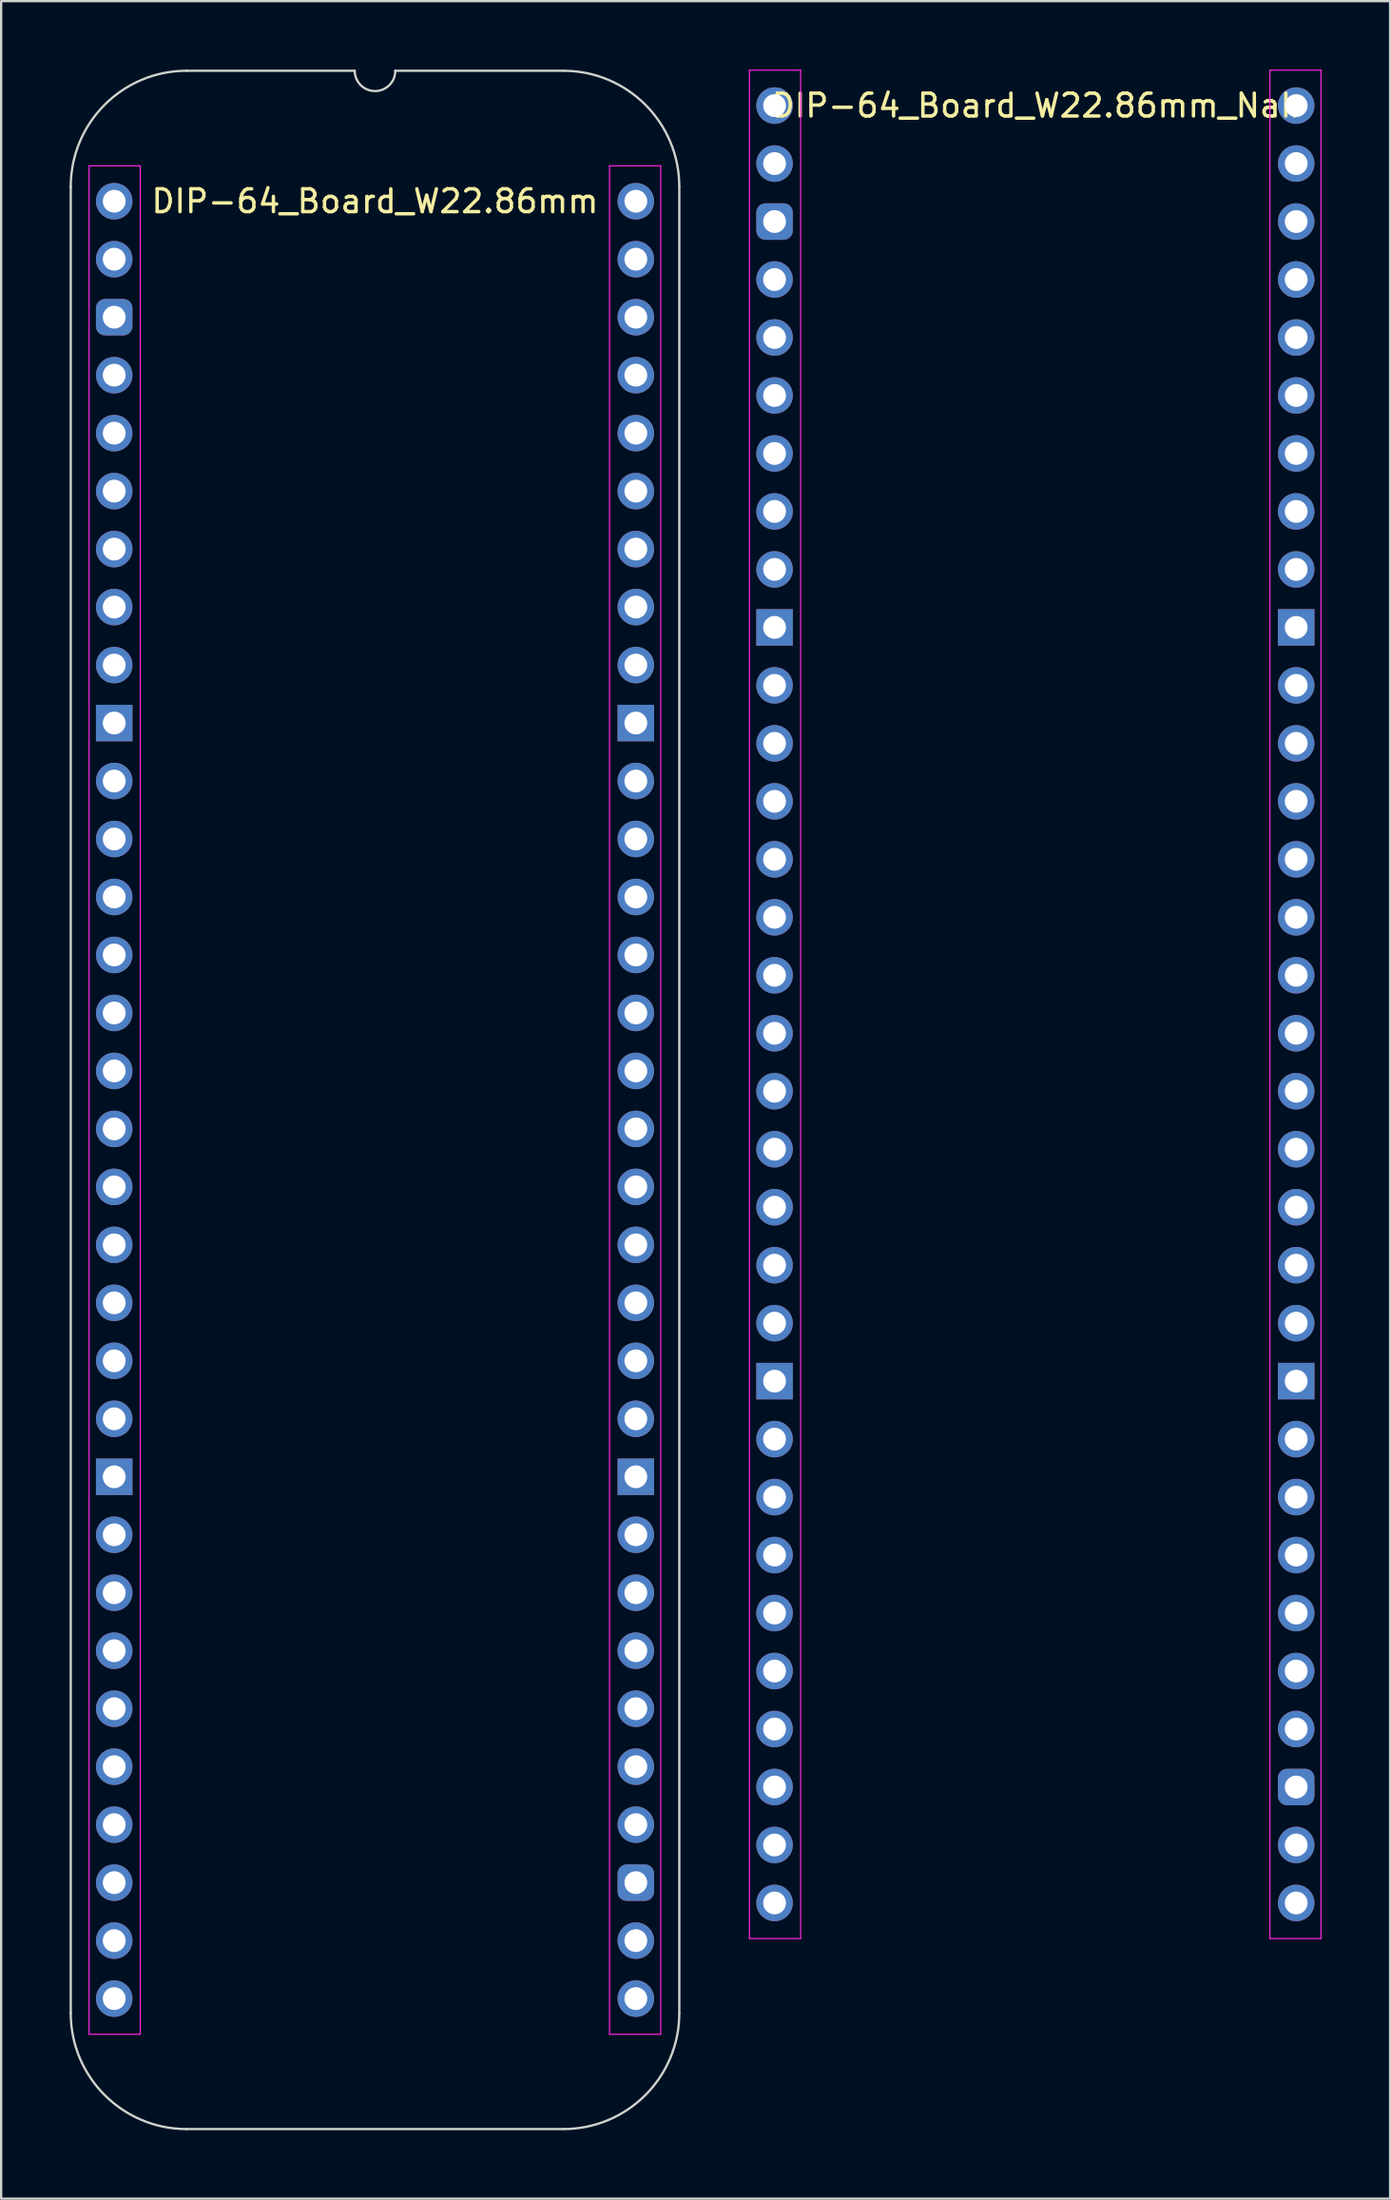
<source format=kicad_pcb>
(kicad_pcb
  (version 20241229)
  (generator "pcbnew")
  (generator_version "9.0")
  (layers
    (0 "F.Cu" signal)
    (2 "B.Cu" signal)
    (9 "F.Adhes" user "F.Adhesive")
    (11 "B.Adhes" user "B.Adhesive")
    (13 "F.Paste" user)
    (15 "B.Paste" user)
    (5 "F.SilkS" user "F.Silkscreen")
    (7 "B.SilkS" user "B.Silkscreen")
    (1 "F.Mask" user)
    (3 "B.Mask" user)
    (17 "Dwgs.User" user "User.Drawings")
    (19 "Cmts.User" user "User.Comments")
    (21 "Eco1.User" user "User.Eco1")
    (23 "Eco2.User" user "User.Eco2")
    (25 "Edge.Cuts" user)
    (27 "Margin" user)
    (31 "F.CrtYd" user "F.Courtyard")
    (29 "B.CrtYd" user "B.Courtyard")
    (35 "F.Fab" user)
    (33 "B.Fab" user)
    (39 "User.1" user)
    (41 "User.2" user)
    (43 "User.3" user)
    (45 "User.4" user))
  (footprint "DIP-64_Board_W22.86mm"
    (layer "F.Cu")
    (at 1.955 5.765)
    (property "Reference" "DIP-64_Board_W22.86mm" (at 11.43 0 0) (layer "F.SilkS") (effects (font (size 1 1) (thickness 0.15))))
    (attr through_hole)
    (fp_line (start -1.905 -0.635) (end -1.905 79.375) (stroke (width 0.1) (type solid)) (layer "Edge.Cuts"))
    (fp_line (start 10.541 -5.715) (end 3.175 -5.715) (stroke (width 0.1) (type solid)) (layer "Edge.Cuts"))
    (fp_line (start 19.685 -5.715) (end 12.319 -5.715) (stroke (width 0.1) (type solid)) (layer "Edge.Cuts"))
    (fp_line (start 19.685 84.455) (end 3.175 84.455) (stroke (width 0.1) (type solid)) (layer "Edge.Cuts"))
    (fp_line (start 24.765 79.375) (end 24.765 -0.635) (stroke (width 0.1) (type solid)) (layer "Edge.Cuts"))
    (fp_arc (start -1.905 -0.635) (mid -0.417102 -4.227102) (end 3.175 -5.715) (stroke (width 0.1) (type solid)) (layer "Edge.Cuts"))
    (fp_arc (start 3.175 84.455) (mid -0.417102 82.967102) (end -1.905 79.375) (stroke (width 0.1) (type solid)) (layer "Edge.Cuts"))
    (fp_arc (start 12.319 -5.715) (mid 11.43 -4.826) (end 10.541 -5.715) (stroke (width 0.1) (type default)) (layer "Edge.Cuts"))
    (fp_arc (start 19.685 -5.715) (mid 23.277102 -4.227102) (end 24.765 -0.635) (stroke (width 0.1) (type solid)) (layer "Edge.Cuts"))
    (fp_arc (start 24.765 79.375) (mid 23.277102 82.967102) (end 19.685 84.455) (stroke (width 0.1) (type solid)) (layer "Edge.Cuts"))
    (fp_line (start -1.1 -1.55) (end -1.1 80.3) (stroke (width 0.05) (type solid)) (layer "F.CrtYd"))
    (fp_line (start -1.1 80.3) (end 1.143 80.3) (stroke (width 0.05) (type solid)) (layer "F.CrtYd"))
    (fp_line (start 1.143 -1.55) (end -1.1 -1.55) (stroke (width 0.05) (type solid)) (layer "F.CrtYd"))
    (fp_line (start 1.143 80.3) (end 1.143 -1.55) (stroke (width 0.05) (type solid)) (layer "F.CrtYd"))
    (fp_line (start 21.707 -1.55) (end 21.707 80.3) (stroke (width 0.05) (type solid)) (layer "F.CrtYd"))
    (fp_line (start 21.707 80.3) (end 23.95 80.3) (stroke (width 0.05) (type solid)) (layer "F.CrtYd"))
    (fp_line (start 23.95 -1.55) (end 21.707 -1.55) (stroke (width 0.05) (type solid)) (layer "F.CrtYd"))
    (fp_line (start 23.95 80.3) (end 23.95 -1.55) (stroke (width 0.05) (type solid)) (layer "F.CrtYd"))
    (pad "1" thru_hole oval (at 0 0) (size 1.6 1.6) (drill 1) (layers "*.Cu" "*.Mask"))
    (pad "2" thru_hole oval (at 0 2.54) (size 1.6 1.6) (drill 1) (layers "*.Cu" "*.Mask"))
    (pad "3" thru_hole roundrect (at 0 5.08) (size 1.6 1.6) (drill 1) (layers "*.Cu" "*.Mask") (roundrect_rratio 0.25))
    (pad "4" thru_hole oval (at 0 7.62) (size 1.6 1.6) (drill 1) (layers "*.Cu" "*.Mask"))
    (pad "5" thru_hole oval (at 0 10.16) (size 1.6 1.6) (drill 1) (layers "*.Cu" "*.Mask"))
    (pad "6" thru_hole oval (at 0 12.7) (size 1.6 1.6) (drill 1) (layers "*.Cu" "*.Mask"))
    (pad "7" thru_hole oval (at 0 15.24) (size 1.6 1.6) (drill 1) (layers "*.Cu" "*.Mask"))
    (pad "8" thru_hole oval (at 0 17.78) (size 1.6 1.6) (drill 1) (layers "*.Cu" "*.Mask"))
    (pad "9" thru_hole oval (at 0 20.32) (size 1.6 1.6) (drill 1) (layers "*.Cu" "*.Mask"))
    (pad "10" thru_hole rect (at 0 22.86) (size 1.6 1.6) (drill 1) (layers "*.Cu" "*.Mask"))
    (pad "11" thru_hole oval (at 0 25.4) (size 1.6 1.6) (drill 1) (layers "*.Cu" "*.Mask"))
    (pad "12" thru_hole oval (at 0 27.94) (size 1.6 1.6) (drill 1) (layers "*.Cu" "*.Mask"))
    (pad "13" thru_hole oval (at 0 30.48) (size 1.6 1.6) (drill 1) (layers "*.Cu" "*.Mask"))
    (pad "14" thru_hole oval (at 0 33.02) (size 1.6 1.6) (drill 1) (layers "*.Cu" "*.Mask"))
    (pad "15" thru_hole oval (at 0 35.56) (size 1.6 1.6) (drill 1) (layers "*.Cu" "*.Mask"))
    (pad "16" thru_hole oval (at 0 38.1) (size 1.6 1.6) (drill 1) (layers "*.Cu" "*.Mask"))
    (pad "17" thru_hole oval (at 0 40.64) (size 1.6 1.6) (drill 1) (layers "*.Cu" "*.Mask"))
    (pad "18" thru_hole oval (at 0 43.18) (size 1.6 1.6) (drill 1) (layers "*.Cu" "*.Mask"))
    (pad "19" thru_hole oval (at 0 45.72) (size 1.6 1.6) (drill 1) (layers "*.Cu" "*.Mask"))
    (pad "20" thru_hole oval (at 0 48.26) (size 1.6 1.6) (drill 1) (layers "*.Cu" "*.Mask"))
    (pad "21" thru_hole oval (at 0 50.8) (size 1.6 1.6) (drill 1) (layers "*.Cu" "*.Mask"))
    (pad "22" thru_hole oval (at 0 53.34) (size 1.6 1.6) (drill 1) (layers "*.Cu" "*.Mask"))
    (pad "23" thru_hole rect (at 0 55.88) (size 1.6 1.6) (drill 1) (layers "*.Cu" "*.Mask"))
    (pad "24" thru_hole oval (at 0 58.42) (size 1.6 1.6) (drill 1) (layers "*.Cu" "*.Mask"))
    (pad "25" thru_hole oval (at 0 60.96) (size 1.6 1.6) (drill 1) (layers "*.Cu" "*.Mask"))
    (pad "26" thru_hole oval (at 0 63.5) (size 1.6 1.6) (drill 1) (layers "*.Cu" "*.Mask"))
    (pad "27" thru_hole oval (at 0 66.04) (size 1.6 1.6) (drill 1) (layers "*.Cu" "*.Mask"))
    (pad "28" thru_hole oval (at 0 68.58) (size 1.6 1.6) (drill 1) (layers "*.Cu" "*.Mask"))
    (pad "29" thru_hole oval (at 0 71.12) (size 1.6 1.6) (drill 1) (layers "*.Cu" "*.Mask"))
    (pad "30" thru_hole oval (at 0 73.66) (size 1.6 1.6) (drill 1) (layers "*.Cu" "*.Mask"))
    (pad "31" thru_hole oval (at 0 76.2) (size 1.6 1.6) (drill 1) (layers "*.Cu" "*.Mask"))
    (pad "32" thru_hole oval (at 0 78.74) (size 1.6 1.6) (drill 1) (layers "*.Cu" "*.Mask"))
    (pad "33" thru_hole oval (at 22.86 78.74) (size 1.6 1.6) (drill 1) (layers "*.Cu" "*.Mask"))
    (pad "34" thru_hole oval (at 22.86 76.2) (size 1.6 1.6) (drill 1) (layers "*.Cu" "*.Mask"))
    (pad "35" thru_hole roundrect (at 22.86 73.66) (size 1.6 1.6) (drill 1) (layers "*.Cu" "*.Mask") (roundrect_rratio 0.25))
    (pad "36" thru_hole oval (at 22.86 71.12) (size 1.6 1.6) (drill 1) (layers "*.Cu" "*.Mask"))
    (pad "37" thru_hole oval (at 22.86 68.58) (size 1.6 1.6) (drill 1) (layers "*.Cu" "*.Mask"))
    (pad "38" thru_hole oval (at 22.86 66.04) (size 1.6 1.6) (drill 1) (layers "*.Cu" "*.Mask"))
    (pad "39" thru_hole oval (at 22.86 63.5) (size 1.6 1.6) (drill 1) (layers "*.Cu" "*.Mask"))
    (pad "40" thru_hole oval (at 22.86 60.96) (size 1.6 1.6) (drill 1) (layers "*.Cu" "*.Mask"))
    (pad "41" thru_hole oval (at 22.86 58.42) (size 1.6 1.6) (drill 1) (layers "*.Cu" "*.Mask"))
    (pad "42" thru_hole rect (at 22.86 55.88) (size 1.6 1.6) (drill 1) (layers "*.Cu" "*.Mask"))
    (pad "43" thru_hole oval (at 22.86 53.34) (size 1.6 1.6) (drill 1) (layers "*.Cu" "*.Mask"))
    (pad "44" thru_hole oval (at 22.86 50.8) (size 1.6 1.6) (drill 1) (layers "*.Cu" "*.Mask"))
    (pad "45" thru_hole oval (at 22.86 48.26) (size 1.6 1.6) (drill 1) (layers "*.Cu" "*.Mask"))
    (pad "46" thru_hole oval (at 22.86 45.72) (size 1.6 1.6) (drill 1) (layers "*.Cu" "*.Mask"))
    (pad "47" thru_hole oval (at 22.86 43.18) (size 1.6 1.6) (drill 1) (layers "*.Cu" "*.Mask"))
    (pad "48" thru_hole oval (at 22.86 40.64) (size 1.6 1.6) (drill 1) (layers "*.Cu" "*.Mask"))
    (pad "49" thru_hole oval (at 22.86 38.1) (size 1.6 1.6) (drill 1) (layers "*.Cu" "*.Mask"))
    (pad "50" thru_hole oval (at 22.86 35.56) (size 1.6 1.6) (drill 1) (layers "*.Cu" "*.Mask"))
    (pad "51" thru_hole oval (at 22.86 33.02) (size 1.6 1.6) (drill 1) (layers "*.Cu" "*.Mask"))
    (pad "52" thru_hole oval (at 22.86 30.48) (size 1.6 1.6) (drill 1) (layers "*.Cu" "*.Mask"))
    (pad "53" thru_hole oval (at 22.86 27.94) (size 1.6 1.6) (drill 1) (layers "*.Cu" "*.Mask"))
    (pad "54" thru_hole oval (at 22.86 25.4) (size 1.6 1.6) (drill 1) (layers "*.Cu" "*.Mask"))
    (pad "55" thru_hole rect (at 22.86 22.86) (size 1.6 1.6) (drill 1) (layers "*.Cu" "*.Mask"))
    (pad "56" thru_hole oval (at 22.86 20.32) (size 1.6 1.6) (drill 1) (layers "*.Cu" "*.Mask"))
    (pad "57" thru_hole oval (at 22.86 17.78) (size 1.6 1.6) (drill 1) (layers "*.Cu" "*.Mask"))
    (pad "58" thru_hole oval (at 22.86 15.24) (size 1.6 1.6) (drill 1) (layers "*.Cu" "*.Mask"))
    (pad "59" thru_hole oval (at 22.86 12.7) (size 1.6 1.6) (drill 1) (layers "*.Cu" "*.Mask"))
    (pad "60" thru_hole oval (at 22.86 10.16) (size 1.6 1.6) (drill 1) (layers "*.Cu" "*.Mask"))
    (pad "61" thru_hole oval (at 22.86 7.62) (size 1.6 1.6) (drill 1) (layers "*.Cu" "*.Mask"))
    (pad "62" thru_hole oval (at 22.86 5.08) (size 1.6 1.6) (drill 1) (layers "*.Cu" "*.Mask"))
    (pad "63" thru_hole oval (at 22.86 2.54) (size 1.6 1.6) (drill 1) (layers "*.Cu" "*.Mask"))
    (pad "64" thru_hole oval (at 22.86 0) (size 1.6 1.6) (drill 1) (layers "*.Cu" "*.Mask")))
  (footprint "DIP-64_Board_W22.86mm_Nak"
    (layer "F.Cu")
    (at 30.895 1.575)
    (property "Reference" "DIP-64_Board_W22.86mm_Nak" (at 11.43 0 0) (layer "F.SilkS") (effects (font (size 1 1) (thickness 0.15))))
    (attr through_hole)
    (fp_line (start -1.1 -1.55) (end -1.1 80.3) (stroke (width 0.05) (type solid)) (layer "F.CrtYd"))
    (fp_line (start -1.1 80.3) (end 1.143 80.3) (stroke (width 0.05) (type solid)) (layer "F.CrtYd"))
    (fp_line (start 1.143 -1.55) (end -1.1 -1.55) (stroke (width 0.05) (type solid)) (layer "F.CrtYd"))
    (fp_line (start 1.143 80.3) (end 1.143 -1.55) (stroke (width 0.05) (type solid)) (layer "F.CrtYd"))
    (fp_line (start 21.707 -1.55) (end 21.707 80.3) (stroke (width 0.05) (type solid)) (layer "F.CrtYd"))
    (fp_line (start 21.707 80.3) (end 23.95 80.3) (stroke (width 0.05) (type solid)) (layer "F.CrtYd"))
    (fp_line (start 23.95 -1.55) (end 21.707 -1.55) (stroke (width 0.05) (type solid)) (layer "F.CrtYd"))
    (fp_line (start 23.95 80.3) (end 23.95 -1.55) (stroke (width 0.05) (type solid)) (layer "F.CrtYd"))
    (pad "1" thru_hole oval (at 0 0) (size 1.6 1.6) (drill 1) (layers "*.Cu" "*.Mask"))
    (pad "2" thru_hole oval (at 0 2.54) (size 1.6 1.6) (drill 1) (layers "*.Cu" "*.Mask"))
    (pad "3" thru_hole roundrect (at 0 5.08) (size 1.6 1.6) (drill 1) (layers "*.Cu" "*.Mask") (roundrect_rratio 0.25))
    (pad "4" thru_hole oval (at 0 7.62) (size 1.6 1.6) (drill 1) (layers "*.Cu" "*.Mask"))
    (pad "5" thru_hole oval (at 0 10.16) (size 1.6 1.6) (drill 1) (layers "*.Cu" "*.Mask"))
    (pad "6" thru_hole oval (at 0 12.7) (size 1.6 1.6) (drill 1) (layers "*.Cu" "*.Mask"))
    (pad "7" thru_hole oval (at 0 15.24) (size 1.6 1.6) (drill 1) (layers "*.Cu" "*.Mask"))
    (pad "8" thru_hole oval (at 0 17.78) (size 1.6 1.6) (drill 1) (layers "*.Cu" "*.Mask"))
    (pad "9" thru_hole oval (at 0 20.32) (size 1.6 1.6) (drill 1) (layers "*.Cu" "*.Mask"))
    (pad "10" thru_hole rect (at 0 22.86) (size 1.6 1.6) (drill 1) (layers "*.Cu" "*.Mask"))
    (pad "11" thru_hole oval (at 0 25.4) (size 1.6 1.6) (drill 1) (layers "*.Cu" "*.Mask"))
    (pad "12" thru_hole oval (at 0 27.94) (size 1.6 1.6) (drill 1) (layers "*.Cu" "*.Mask"))
    (pad "13" thru_hole oval (at 0 30.48) (size 1.6 1.6) (drill 1) (layers "*.Cu" "*.Mask"))
    (pad "14" thru_hole oval (at 0 33.02) (size 1.6 1.6) (drill 1) (layers "*.Cu" "*.Mask"))
    (pad "15" thru_hole oval (at 0 35.56) (size 1.6 1.6) (drill 1) (layers "*.Cu" "*.Mask"))
    (pad "16" thru_hole oval (at 0 38.1) (size 1.6 1.6) (drill 1) (layers "*.Cu" "*.Mask"))
    (pad "17" thru_hole oval (at 0 40.64) (size 1.6 1.6) (drill 1) (layers "*.Cu" "*.Mask"))
    (pad "18" thru_hole oval (at 0 43.18) (size 1.6 1.6) (drill 1) (layers "*.Cu" "*.Mask"))
    (pad "19" thru_hole oval (at 0 45.72) (size 1.6 1.6) (drill 1) (layers "*.Cu" "*.Mask"))
    (pad "20" thru_hole oval (at 0 48.26) (size 1.6 1.6) (drill 1) (layers "*.Cu" "*.Mask"))
    (pad "21" thru_hole oval (at 0 50.8) (size 1.6 1.6) (drill 1) (layers "*.Cu" "*.Mask"))
    (pad "22" thru_hole oval (at 0 53.34) (size 1.6 1.6) (drill 1) (layers "*.Cu" "*.Mask"))
    (pad "23" thru_hole rect (at 0 55.88) (size 1.6 1.6) (drill 1) (layers "*.Cu" "*.Mask"))
    (pad "24" thru_hole oval (at 0 58.42) (size 1.6 1.6) (drill 1) (layers "*.Cu" "*.Mask"))
    (pad "25" thru_hole oval (at 0 60.96) (size 1.6 1.6) (drill 1) (layers "*.Cu" "*.Mask"))
    (pad "26" thru_hole oval (at 0 63.5) (size 1.6 1.6) (drill 1) (layers "*.Cu" "*.Mask"))
    (pad "27" thru_hole oval (at 0 66.04) (size 1.6 1.6) (drill 1) (layers "*.Cu" "*.Mask"))
    (pad "28" thru_hole oval (at 0 68.58) (size 1.6 1.6) (drill 1) (layers "*.Cu" "*.Mask"))
    (pad "29" thru_hole oval (at 0 71.12) (size 1.6 1.6) (drill 1) (layers "*.Cu" "*.Mask"))
    (pad "30" thru_hole oval (at 0 73.66) (size 1.6 1.6) (drill 1) (layers "*.Cu" "*.Mask"))
    (pad "31" thru_hole oval (at 0 76.2) (size 1.6 1.6) (drill 1) (layers "*.Cu" "*.Mask"))
    (pad "32" thru_hole oval (at 0 78.74) (size 1.6 1.6) (drill 1) (layers "*.Cu" "*.Mask"))
    (pad "33" thru_hole oval (at 22.86 78.74) (size 1.6 1.6) (drill 1) (layers "*.Cu" "*.Mask"))
    (pad "34" thru_hole oval (at 22.86 76.2) (size 1.6 1.6) (drill 1) (layers "*.Cu" "*.Mask"))
    (pad "35" thru_hole roundrect (at 22.86 73.66) (size 1.6 1.6) (drill 1) (layers "*.Cu" "*.Mask") (roundrect_rratio 0.25))
    (pad "36" thru_hole oval (at 22.86 71.12) (size 1.6 1.6) (drill 1) (layers "*.Cu" "*.Mask"))
    (pad "37" thru_hole oval (at 22.86 68.58) (size 1.6 1.6) (drill 1) (layers "*.Cu" "*.Mask"))
    (pad "38" thru_hole oval (at 22.86 66.04) (size 1.6 1.6) (drill 1) (layers "*.Cu" "*.Mask"))
    (pad "39" thru_hole oval (at 22.86 63.5) (size 1.6 1.6) (drill 1) (layers "*.Cu" "*.Mask"))
    (pad "40" thru_hole oval (at 22.86 60.96) (size 1.6 1.6) (drill 1) (layers "*.Cu" "*.Mask"))
    (pad "41" thru_hole oval (at 22.86 58.42) (size 1.6 1.6) (drill 1) (layers "*.Cu" "*.Mask"))
    (pad "42" thru_hole rect (at 22.86 55.88) (size 1.6 1.6) (drill 1) (layers "*.Cu" "*.Mask"))
    (pad "43" thru_hole oval (at 22.86 53.34) (size 1.6 1.6) (drill 1) (layers "*.Cu" "*.Mask"))
    (pad "44" thru_hole oval (at 22.86 50.8) (size 1.6 1.6) (drill 1) (layers "*.Cu" "*.Mask"))
    (pad "45" thru_hole oval (at 22.86 48.26) (size 1.6 1.6) (drill 1) (layers "*.Cu" "*.Mask"))
    (pad "46" thru_hole oval (at 22.86 45.72) (size 1.6 1.6) (drill 1) (layers "*.Cu" "*.Mask"))
    (pad "47" thru_hole oval (at 22.86 43.18) (size 1.6 1.6) (drill 1) (layers "*.Cu" "*.Mask"))
    (pad "48" thru_hole oval (at 22.86 40.64) (size 1.6 1.6) (drill 1) (layers "*.Cu" "*.Mask"))
    (pad "49" thru_hole oval (at 22.86 38.1) (size 1.6 1.6) (drill 1) (layers "*.Cu" "*.Mask"))
    (pad "50" thru_hole oval (at 22.86 35.56) (size 1.6 1.6) (drill 1) (layers "*.Cu" "*.Mask"))
    (pad "51" thru_hole oval (at 22.86 33.02) (size 1.6 1.6) (drill 1) (layers "*.Cu" "*.Mask"))
    (pad "52" thru_hole oval (at 22.86 30.48) (size 1.6 1.6) (drill 1) (layers "*.Cu" "*.Mask"))
    (pad "53" thru_hole oval (at 22.86 27.94) (size 1.6 1.6) (drill 1) (layers "*.Cu" "*.Mask"))
    (pad "54" thru_hole oval (at 22.86 25.4) (size 1.6 1.6) (drill 1) (layers "*.Cu" "*.Mask"))
    (pad "55" thru_hole rect (at 22.86 22.86) (size 1.6 1.6) (drill 1) (layers "*.Cu" "*.Mask"))
    (pad "56" thru_hole oval (at 22.86 20.32) (size 1.6 1.6) (drill 1) (layers "*.Cu" "*.Mask"))
    (pad "57" thru_hole oval (at 22.86 17.78) (size 1.6 1.6) (drill 1) (layers "*.Cu" "*.Mask"))
    (pad "58" thru_hole oval (at 22.86 15.24) (size 1.6 1.6) (drill 1) (layers "*.Cu" "*.Mask"))
    (pad "59" thru_hole oval (at 22.86 12.7) (size 1.6 1.6) (drill 1) (layers "*.Cu" "*.Mask"))
    (pad "60" thru_hole oval (at 22.86 10.16) (size 1.6 1.6) (drill 1) (layers "*.Cu" "*.Mask"))
    (pad "61" thru_hole oval (at 22.86 7.62) (size 1.6 1.6) (drill 1) (layers "*.Cu" "*.Mask"))
    (pad "62" thru_hole oval (at 22.86 5.08) (size 1.6 1.6) (drill 1) (layers "*.Cu" "*.Mask"))
    (pad "63" thru_hole oval (at 22.86 2.54) (size 1.6 1.6) (drill 1) (layers "*.Cu" "*.Mask"))
    (pad "64" thru_hole oval (at 22.86 0) (size 1.6 1.6) (drill 1) (layers "*.Cu" "*.Mask")))
  (gr_rect
    (start -3 -3)
    (end 57.87 93.27)
    (stroke (width 0.1) (type default))
    (fill no)
    (layer "Edge.Cuts")))
</source>
